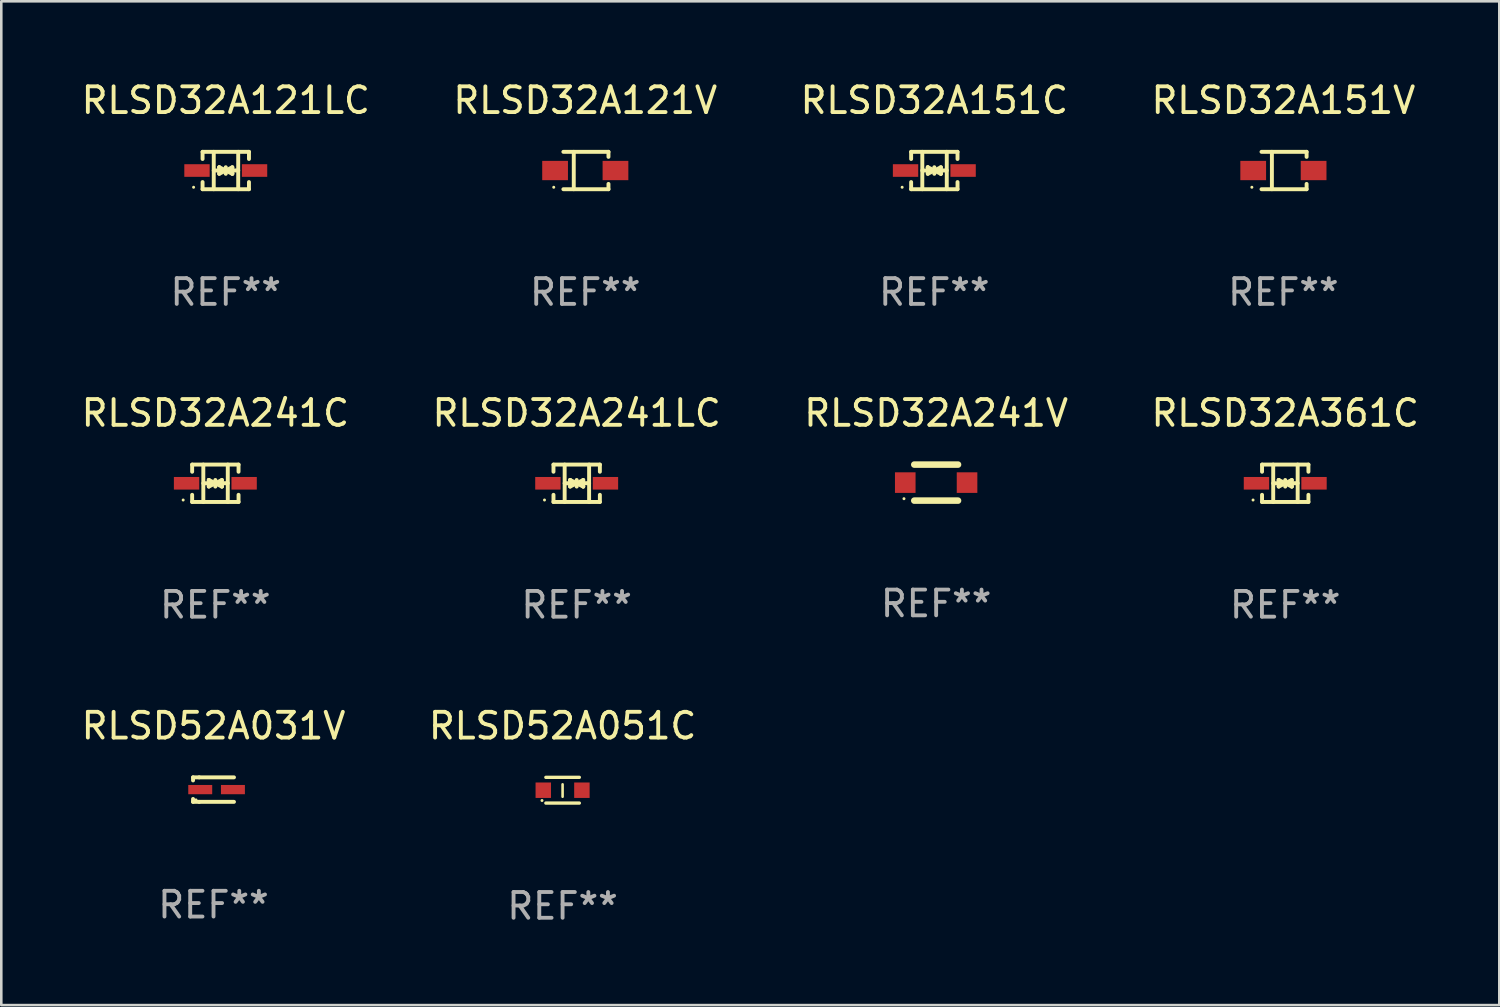
<source format=kicad_pcb>
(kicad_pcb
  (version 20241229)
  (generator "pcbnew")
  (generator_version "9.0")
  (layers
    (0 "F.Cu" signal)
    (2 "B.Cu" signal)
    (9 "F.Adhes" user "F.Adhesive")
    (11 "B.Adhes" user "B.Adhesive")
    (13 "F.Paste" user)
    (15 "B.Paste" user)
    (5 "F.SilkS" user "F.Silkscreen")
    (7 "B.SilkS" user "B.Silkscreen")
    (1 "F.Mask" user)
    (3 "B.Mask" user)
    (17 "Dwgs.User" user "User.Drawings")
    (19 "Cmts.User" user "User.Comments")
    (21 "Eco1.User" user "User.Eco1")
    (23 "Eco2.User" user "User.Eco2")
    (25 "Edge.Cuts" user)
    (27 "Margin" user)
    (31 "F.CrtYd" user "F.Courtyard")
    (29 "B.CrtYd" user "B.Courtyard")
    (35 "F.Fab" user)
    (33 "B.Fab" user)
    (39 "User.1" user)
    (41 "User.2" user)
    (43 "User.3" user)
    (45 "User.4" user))
  (footprint "RLSD32A361C"
    (layer "F.Cu")
    (at 46.875 15.723)
    (property "Reference" "RLSD32A361C" (at 0 -2.726 0) (layer "F.SilkS") (effects (font (size 1 1) (thickness 0.15))))
    (attr through_hole)
    (fp_line (start -0.901 -0.726) (end -0.901 -0.448) (stroke (width 0.152) (type solid)) (layer "F.SilkS"))
    (fp_line (start -0.901 0.726) (end -0.901 0.448) (stroke (width 0.152) (type solid)) (layer "F.SilkS"))
    (fp_line (start -0.467 0) (end 0.483 -0.003) (stroke (width 0.154) (type solid)) (layer "F.SilkS"))
    (fp_line (start -0.467 0.726) (end -0.467 -0.726) (stroke (width 0.152) (type solid)) (layer "F.SilkS"))
    (fp_line (start -0.254 -0.127) (end -0.254 -0.127) (stroke (width 0.154) (type solid)) (layer "F.SilkS"))
    (fp_line (start -0.254 -0.127) (end -0.002 -0.003) (stroke (width 0.154) (type solid)) (layer "F.SilkS"))
    (fp_line (start -0.254 0.127) (end -0.254 -0.127) (stroke (width 0.154) (type solid)) (layer "F.SilkS"))
    (fp_line (start -0.127 0) (end 0.003 0) (stroke (width 0.154) (type solid)) (layer "F.SilkS"))
    (fp_line (start -0.003 0) (end -0.254 0.127) (stroke (width 0.154) (type solid)) (layer "F.SilkS"))
    (fp_line (start 0 -0.127) (end 0 0.127) (stroke (width 0.154) (type solid)) (layer "F.SilkS"))
    (fp_line (start 0.003 0) (end 0.254 -0.127) (stroke (width 0.154) (type solid)) (layer "F.SilkS"))
    (fp_line (start 0.127 0) (end -0.003 0) (stroke (width 0.154) (type solid)) (layer "F.SilkS"))
    (fp_line (start 0.254 -0.127) (end 0.254 0.127) (stroke (width 0.154) (type solid)) (layer "F.SilkS"))
    (fp_line (start 0.254 0.127) (end 0.002 0.003) (stroke (width 0.154) (type solid)) (layer "F.SilkS"))
    (fp_line (start 0.254 0.127) (end 0.254 0.127) (stroke (width 0.154) (type solid)) (layer "F.SilkS"))
    (fp_line (start 0.483 0.726) (end 0.483 -0.726) (stroke (width 0.152) (type solid)) (layer "F.SilkS"))
    (fp_line (start 0.901 -0.726) (end -0.901 -0.726) (stroke (width 0.152) (type solid)) (layer "F.SilkS"))
    (fp_line (start 0.901 -0.726) (end 0.901 -0.448) (stroke (width 0.152) (type solid)) (layer "F.SilkS"))
    (fp_line (start 0.901 0.726) (end -0.901 0.726) (stroke (width 0.152) (type solid)) (layer "F.SilkS"))
    (fp_line (start 0.901 0.726) (end 0.901 0.448) (stroke (width 0.152) (type solid)) (layer "F.SilkS"))
    (fp_circle (center -1.25 0.65) (end -1.22 0.65) (stroke (width 0.06) (type solid)) (fill no) (layer "F.SilkS"))
    (fp_text user "REF**" (at 0 4.726 0) (layer "F.Fab") (effects (font (size 1 1) (thickness 0.15))))
    (pad "1" smd rect (at -1.118 0) (size 0.985 0.49) (layers "F.Cu" "F.Mask" "F.Paste"))
    (pad "2" smd rect (at 1.118 0) (size 0.985 0.49) (layers "F.Cu" "F.Mask" "F.Paste")))
  (footprint "RLSD32A121V"
    (layer "F.Cu")
    (at 19.685 3.574)
    (property "Reference" "RLSD32A121V" (at 0 -2.726 0) (layer "F.SilkS") (effects (font (size 1 1) (thickness 0.15))))
    (attr through_hole)
    (fp_line (start -0.851 -0.726) (end 0.901 -0.726) (stroke (width 0.152) (type solid)) (layer "F.SilkS"))
    (fp_line (start -0.851 0.726) (end 0.901 0.726) (stroke (width 0.152) (type solid)) (layer "F.SilkS"))
    (fp_line (start -0.447 -0.726) (end -0.447 0.726) (stroke (width 0.152) (type solid)) (layer "F.SilkS"))
    (fp_line (start 0.901 -0.726) (end 0.901 -0.53) (stroke (width 0.152) (type solid)) (layer "F.SilkS"))
    (fp_line (start 0.901 0.726) (end 0.901 0.52) (stroke (width 0.152) (type solid)) (layer "F.SilkS"))
    (fp_circle (center -1.225 0.65) (end -1.195 0.65) (stroke (width 0.06) (type solid)) (fill no) (layer "F.SilkS"))
    (fp_text user "REF**" (at 0 4.726 0) (layer "F.Fab") (effects (font (size 1 1) (thickness 0.15))))
    (pad "1" smd rect (at -1.173 0) (size 1 0.75) (layers "F.Cu" "F.Mask" "F.Paste"))
    (pad "2" smd rect (at 1.173 0) (size 1 0.75) (layers "F.Cu" "F.Mask" "F.Paste")))
  (footprint "RLSD52A031V"
    (layer "F.Cu")
    (at 5.244 27.622)
    (property "Reference" "RLSD52A031V" (at 0 -2.476 0) (layer "F.SilkS") (effects (font (size 1 1) (thickness 0.15))))
    (attr through_hole)
    (fp_line (start -0.795 -0.476) (end -0.795 -0.356) (stroke (width 0.152) (type solid)) (layer "F.SilkS"))
    (fp_line (start -0.795 0.363) (end -0.795 0.476) (stroke (width 0.152) (type solid)) (layer "F.SilkS"))
    (fp_line (start -0.795 0.476) (end -0.557 0.476) (stroke (width 0.152) (type solid)) (layer "F.SilkS"))
    (fp_line (start -0.557 -0.476) (end -0.795 -0.476) (stroke (width 0.152) (type solid)) (layer "F.SilkS"))
    (fp_line (start -0.557 -0.476) (end 0.795 -0.476) (stroke (width 0.152) (type solid)) (layer "F.SilkS"))
    (fp_line (start -0.557 0.476) (end 0.795 0.476) (stroke (width 0.152) (type solid)) (layer "F.SilkS"))
    (fp_circle (center -0.681 0.4) (end -0.651 0.4) (stroke (width 0.06) (type solid)) (fill no) (layer "F.SilkS"))
    (fp_text user "REF**" (at 0 4.476 0) (layer "F.Fab") (effects (font (size 1 1) (thickness 0.15))))
    (pad "1" smd rect (at -0.516 0 180) (size 0.93 0.36) (layers "F.Cu" "F.Mask" "F.Paste"))
    (pad "2" smd rect (at 0.754 0 180) (size 0.93 0.36) (layers "F.Cu" "F.Mask" "F.Paste")))
  (footprint "RLSD32A241LC"
    (layer "F.Cu")
    (at 19.351 15.723)
    (property "Reference" "RLSD32A241LC" (at 0 -2.726 0) (layer "F.SilkS") (effects (font (size 1 1) (thickness 0.15))))
    (attr through_hole)
    (fp_line (start -0.901 -0.726) (end -0.901 -0.448) (stroke (width 0.152) (type solid)) (layer "F.SilkS"))
    (fp_line (start -0.901 0.726) (end -0.901 0.448) (stroke (width 0.152) (type solid)) (layer "F.SilkS"))
    (fp_line (start -0.467 0) (end 0.483 -0.003) (stroke (width 0.154) (type solid)) (layer "F.SilkS"))
    (fp_line (start -0.467 0.726) (end -0.467 -0.726) (stroke (width 0.152) (type solid)) (layer "F.SilkS"))
    (fp_line (start -0.254 -0.127) (end -0.254 -0.127) (stroke (width 0.154) (type solid)) (layer "F.SilkS"))
    (fp_line (start -0.254 -0.127) (end -0.002 -0.003) (stroke (width 0.154) (type solid)) (layer "F.SilkS"))
    (fp_line (start -0.254 0.127) (end -0.254 -0.127) (stroke (width 0.154) (type solid)) (layer "F.SilkS"))
    (fp_line (start -0.127 0) (end 0.003 0) (stroke (width 0.154) (type solid)) (layer "F.SilkS"))
    (fp_line (start -0.003 0) (end -0.254 0.127) (stroke (width 0.154) (type solid)) (layer "F.SilkS"))
    (fp_line (start 0 -0.127) (end 0 0.127) (stroke (width 0.154) (type solid)) (layer "F.SilkS"))
    (fp_line (start 0.003 0) (end 0.254 -0.127) (stroke (width 0.154) (type solid)) (layer "F.SilkS"))
    (fp_line (start 0.127 0) (end -0.003 0) (stroke (width 0.154) (type solid)) (layer "F.SilkS"))
    (fp_line (start 0.254 -0.127) (end 0.254 0.127) (stroke (width 0.154) (type solid)) (layer "F.SilkS"))
    (fp_line (start 0.254 0.127) (end 0.002 0.003) (stroke (width 0.154) (type solid)) (layer "F.SilkS"))
    (fp_line (start 0.254 0.127) (end 0.254 0.127) (stroke (width 0.154) (type solid)) (layer "F.SilkS"))
    (fp_line (start 0.483 0.726) (end 0.483 -0.726) (stroke (width 0.152) (type solid)) (layer "F.SilkS"))
    (fp_line (start 0.901 -0.726) (end -0.901 -0.726) (stroke (width 0.152) (type solid)) (layer "F.SilkS"))
    (fp_line (start 0.901 -0.726) (end 0.901 -0.448) (stroke (width 0.152) (type solid)) (layer "F.SilkS"))
    (fp_line (start 0.901 0.726) (end -0.901 0.726) (stroke (width 0.152) (type solid)) (layer "F.SilkS"))
    (fp_line (start 0.901 0.726) (end 0.901 0.448) (stroke (width 0.152) (type solid)) (layer "F.SilkS"))
    (fp_circle (center -1.25 0.65) (end -1.22 0.65) (stroke (width 0.06) (type solid)) (fill no) (layer "F.SilkS"))
    (fp_text user "REF**" (at 0 4.726 0) (layer "F.Fab") (effects (font (size 1 1) (thickness 0.15))))
    (pad "1" smd rect (at -1.118 0) (size 0.985 0.49) (layers "F.Cu" "F.Mask" "F.Paste"))
    (pad "2" smd rect (at 1.118 0) (size 0.985 0.49) (layers "F.Cu" "F.Mask" "F.Paste")))
  (footprint "RLSD32A121LC"
    (layer "F.Cu")
    (at 5.72 3.574)
    (property "Reference" "RLSD32A121LC" (at 0 -2.726 0) (layer "F.SilkS") (effects (font (size 1 1) (thickness 0.15))))
    (attr through_hole)
    (fp_line (start -0.901 -0.726) (end -0.901 -0.448) (stroke (width 0.152) (type solid)) (layer "F.SilkS"))
    (fp_line (start -0.901 0.726) (end -0.901 0.448) (stroke (width 0.152) (type solid)) (layer "F.SilkS"))
    (fp_line (start -0.467 0) (end 0.483 -0.003) (stroke (width 0.154) (type solid)) (layer "F.SilkS"))
    (fp_line (start -0.467 0.726) (end -0.467 -0.726) (stroke (width 0.152) (type solid)) (layer "F.SilkS"))
    (fp_line (start -0.254 -0.127) (end -0.254 -0.127) (stroke (width 0.154) (type solid)) (layer "F.SilkS"))
    (fp_line (start -0.254 -0.127) (end -0.002 -0.003) (stroke (width 0.154) (type solid)) (layer "F.SilkS"))
    (fp_line (start -0.254 0.127) (end -0.254 -0.127) (stroke (width 0.154) (type solid)) (layer "F.SilkS"))
    (fp_line (start -0.127 0) (end 0.003 0) (stroke (width 0.154) (type solid)) (layer "F.SilkS"))
    (fp_line (start -0.003 0) (end -0.254 0.127) (stroke (width 0.154) (type solid)) (layer "F.SilkS"))
    (fp_line (start 0 -0.127) (end 0 0.127) (stroke (width 0.154) (type solid)) (layer "F.SilkS"))
    (fp_line (start 0.003 0) (end 0.254 -0.127) (stroke (width 0.154) (type solid)) (layer "F.SilkS"))
    (fp_line (start 0.127 0) (end -0.003 0) (stroke (width 0.154) (type solid)) (layer "F.SilkS"))
    (fp_line (start 0.254 -0.127) (end 0.254 0.127) (stroke (width 0.154) (type solid)) (layer "F.SilkS"))
    (fp_line (start 0.254 0.127) (end 0.002 0.003) (stroke (width 0.154) (type solid)) (layer "F.SilkS"))
    (fp_line (start 0.254 0.127) (end 0.254 0.127) (stroke (width 0.154) (type solid)) (layer "F.SilkS"))
    (fp_line (start 0.483 0.726) (end 0.483 -0.726) (stroke (width 0.152) (type solid)) (layer "F.SilkS"))
    (fp_line (start 0.901 -0.726) (end -0.901 -0.726) (stroke (width 0.152) (type solid)) (layer "F.SilkS"))
    (fp_line (start 0.901 -0.726) (end 0.901 -0.448) (stroke (width 0.152) (type solid)) (layer "F.SilkS"))
    (fp_line (start 0.901 0.726) (end -0.901 0.726) (stroke (width 0.152) (type solid)) (layer "F.SilkS"))
    (fp_line (start 0.901 0.726) (end 0.901 0.448) (stroke (width 0.152) (type solid)) (layer "F.SilkS"))
    (fp_circle (center -1.25 0.65) (end -1.22 0.65) (stroke (width 0.06) (type solid)) (fill no) (layer "F.SilkS"))
    (fp_text user "REF**" (at 0 4.726 0) (layer "F.Fab") (effects (font (size 1 1) (thickness 0.15))))
    (pad "1" smd rect (at -1.118 0) (size 0.985 0.49) (layers "F.Cu" "F.Mask" "F.Paste"))
    (pad "2" smd rect (at 1.118 0) (size 0.985 0.49) (layers "F.Cu" "F.Mask" "F.Paste")))
  (footprint "RLSD32A151C"
    (layer "F.Cu")
    (at 33.244 3.574)
    (property "Reference" "RLSD32A151C" (at 0 -2.726 0) (layer "F.SilkS") (effects (font (size 1 1) (thickness 0.15))))
    (attr through_hole)
    (fp_line (start -0.901 -0.726) (end -0.901 -0.448) (stroke (width 0.152) (type solid)) (layer "F.SilkS"))
    (fp_line (start -0.901 0.726) (end -0.901 0.448) (stroke (width 0.152) (type solid)) (layer "F.SilkS"))
    (fp_line (start -0.467 0) (end 0.483 -0.003) (stroke (width 0.154) (type solid)) (layer "F.SilkS"))
    (fp_line (start -0.467 0.726) (end -0.467 -0.726) (stroke (width 0.152) (type solid)) (layer "F.SilkS"))
    (fp_line (start -0.254 -0.127) (end -0.254 -0.127) (stroke (width 0.154) (type solid)) (layer "F.SilkS"))
    (fp_line (start -0.254 -0.127) (end -0.002 -0.003) (stroke (width 0.154) (type solid)) (layer "F.SilkS"))
    (fp_line (start -0.254 0.127) (end -0.254 -0.127) (stroke (width 0.154) (type solid)) (layer "F.SilkS"))
    (fp_line (start -0.127 0) (end 0.003 0) (stroke (width 0.154) (type solid)) (layer "F.SilkS"))
    (fp_line (start -0.003 0) (end -0.254 0.127) (stroke (width 0.154) (type solid)) (layer "F.SilkS"))
    (fp_line (start 0 -0.127) (end 0 0.127) (stroke (width 0.154) (type solid)) (layer "F.SilkS"))
    (fp_line (start 0.003 0) (end 0.254 -0.127) (stroke (width 0.154) (type solid)) (layer "F.SilkS"))
    (fp_line (start 0.127 0) (end -0.003 0) (stroke (width 0.154) (type solid)) (layer "F.SilkS"))
    (fp_line (start 0.254 -0.127) (end 0.254 0.127) (stroke (width 0.154) (type solid)) (layer "F.SilkS"))
    (fp_line (start 0.254 0.127) (end 0.002 0.003) (stroke (width 0.154) (type solid)) (layer "F.SilkS"))
    (fp_line (start 0.254 0.127) (end 0.254 0.127) (stroke (width 0.154) (type solid)) (layer "F.SilkS"))
    (fp_line (start 0.483 0.726) (end 0.483 -0.726) (stroke (width 0.152) (type solid)) (layer "F.SilkS"))
    (fp_line (start 0.901 -0.726) (end -0.901 -0.726) (stroke (width 0.152) (type solid)) (layer "F.SilkS"))
    (fp_line (start 0.901 -0.726) (end 0.901 -0.448) (stroke (width 0.152) (type solid)) (layer "F.SilkS"))
    (fp_line (start 0.901 0.726) (end -0.901 0.726) (stroke (width 0.152) (type solid)) (layer "F.SilkS"))
    (fp_line (start 0.901 0.726) (end 0.901 0.448) (stroke (width 0.152) (type solid)) (layer "F.SilkS"))
    (fp_circle (center -1.25 0.65) (end -1.22 0.65) (stroke (width 0.06) (type solid)) (fill no) (layer "F.SilkS"))
    (fp_text user "REF**" (at 0 4.726 0) (layer "F.Fab") (effects (font (size 1 1) (thickness 0.15))))
    (pad "1" smd rect (at -1.118 0) (size 0.985 0.49) (layers "F.Cu" "F.Mask" "F.Paste"))
    (pad "2" smd rect (at 1.118 0) (size 0.985 0.49) (layers "F.Cu" "F.Mask" "F.Paste")))
  (footprint "RLSD32A241V"
    (layer "F.Cu")
    (at 33.315 15.697)
    (property "Reference" "RLSD32A241V" (at 0 -2.7 0) (layer "F.SilkS") (effects (font (size 1 1) (thickness 0.15))))
    (attr through_hole)
    (fp_line (start -0.85 -0.7) (end 0.85 -0.7) (stroke (width 0.254) (type solid)) (layer "F.SilkS"))
    (fp_line (start -0.85 0.7) (end 0.85 0.7) (stroke (width 0.254) (type solid)) (layer "F.SilkS"))
    (fp_circle (center -1.25 0.625) (end -1.22 0.625) (stroke (width 0.06) (type solid)) (fill no) (layer "F.SilkS"))
    (fp_text user "REF**" (at 0 4.7 0) (layer "F.Fab") (effects (font (size 1 1) (thickness 0.15))))
    (pad "1" smd rect (at -1.2 0) (size 0.8 0.8) (layers "F.Cu" "F.Mask" "F.Paste"))
    (pad "2" smd rect (at 1.2 0) (size 0.8 0.8) (layers "F.Cu" "F.Mask" "F.Paste")))
  (footprint "RLSD52A051C"
    (layer "F.Cu")
    (at 18.804 27.646)
    (property "Reference" "RLSD52A051C" (at 0 -2.5 0) (layer "F.SilkS") (effects (font (size 1 1) (thickness 0.15))))
    (attr through_hole)
    (fp_line (start -0.65 -0.5) (end 0.65 -0.5) (stroke (width 0.13) (type solid)) (layer "F.SilkS"))
    (fp_line (start -0.65 0.5) (end 0.65 0.5) (stroke (width 0.13) (type solid)) (layer "F.SilkS"))
    (fp_line (start 0 -0.229) (end 0 0.254) (stroke (width 0.1) (type solid)) (layer "F.SilkS"))
    (fp_circle (center -0.8 0.4) (end -0.77 0.4) (stroke (width 0.06) (type solid)) (fill no) (layer "F.SilkS"))
    (fp_text user "REF**" (at 0 4.5 0) (layer "F.Fab") (effects (font (size 1 1) (thickness 0.15))))
    (pad "1" smd rect (at -0.75 0) (size 0.6 0.6) (layers "F.Cu" "F.Mask" "F.Paste"))
    (pad "2" smd rect (at 0.75 0 180) (size 0.6 0.6) (layers "F.Cu" "F.Mask" "F.Paste")))
  (footprint "RLSD32A241C"
    (layer "F.Cu")
    (at 5.315 15.723)
    (property "Reference" "RLSD32A241C" (at 0 -2.726 0) (layer "F.SilkS") (effects (font (size 1 1) (thickness 0.15))))
    (attr through_hole)
    (fp_line (start -0.901 -0.726) (end -0.901 -0.448) (stroke (width 0.152) (type solid)) (layer "F.SilkS"))
    (fp_line (start -0.901 0.726) (end -0.901 0.448) (stroke (width 0.152) (type solid)) (layer "F.SilkS"))
    (fp_line (start -0.467 0) (end 0.483 -0.003) (stroke (width 0.154) (type solid)) (layer "F.SilkS"))
    (fp_line (start -0.467 0.726) (end -0.467 -0.726) (stroke (width 0.152) (type solid)) (layer "F.SilkS"))
    (fp_line (start -0.254 -0.127) (end -0.254 -0.127) (stroke (width 0.154) (type solid)) (layer "F.SilkS"))
    (fp_line (start -0.254 -0.127) (end -0.002 -0.003) (stroke (width 0.154) (type solid)) (layer "F.SilkS"))
    (fp_line (start -0.254 0.127) (end -0.254 -0.127) (stroke (width 0.154) (type solid)) (layer "F.SilkS"))
    (fp_line (start -0.127 0) (end 0.003 0) (stroke (width 0.154) (type solid)) (layer "F.SilkS"))
    (fp_line (start -0.003 0) (end -0.254 0.127) (stroke (width 0.154) (type solid)) (layer "F.SilkS"))
    (fp_line (start 0 -0.127) (end 0 0.127) (stroke (width 0.154) (type solid)) (layer "F.SilkS"))
    (fp_line (start 0.003 0) (end 0.254 -0.127) (stroke (width 0.154) (type solid)) (layer "F.SilkS"))
    (fp_line (start 0.127 0) (end -0.003 0) (stroke (width 0.154) (type solid)) (layer "F.SilkS"))
    (fp_line (start 0.254 -0.127) (end 0.254 0.127) (stroke (width 0.154) (type solid)) (layer "F.SilkS"))
    (fp_line (start 0.254 0.127) (end 0.002 0.003) (stroke (width 0.154) (type solid)) (layer "F.SilkS"))
    (fp_line (start 0.254 0.127) (end 0.254 0.127) (stroke (width 0.154) (type solid)) (layer "F.SilkS"))
    (fp_line (start 0.483 0.726) (end 0.483 -0.726) (stroke (width 0.152) (type solid)) (layer "F.SilkS"))
    (fp_line (start 0.901 -0.726) (end -0.901 -0.726) (stroke (width 0.152) (type solid)) (layer "F.SilkS"))
    (fp_line (start 0.901 -0.726) (end 0.901 -0.448) (stroke (width 0.152) (type solid)) (layer "F.SilkS"))
    (fp_line (start 0.901 0.726) (end -0.901 0.726) (stroke (width 0.152) (type solid)) (layer "F.SilkS"))
    (fp_line (start 0.901 0.726) (end 0.901 0.448) (stroke (width 0.152) (type solid)) (layer "F.SilkS"))
    (fp_circle (center -1.25 0.65) (end -1.22 0.65) (stroke (width 0.06) (type solid)) (fill no) (layer "F.SilkS"))
    (fp_text user "REF**" (at 0 4.726 0) (layer "F.Fab") (effects (font (size 1 1) (thickness 0.15))))
    (pad "1" smd rect (at -1.118 0) (size 0.985 0.49) (layers "F.Cu" "F.Mask" "F.Paste"))
    (pad "2" smd rect (at 1.118 0) (size 0.985 0.49) (layers "F.Cu" "F.Mask" "F.Paste")))
  (footprint "RLSD32A151V"
    (layer "F.Cu")
    (at 46.804 3.574)
    (property "Reference" "RLSD32A151V" (at 0 -2.726 0) (layer "F.SilkS") (effects (font (size 1 1) (thickness 0.15))))
    (attr through_hole)
    (fp_line (start -0.851 -0.726) (end 0.901 -0.726) (stroke (width 0.152) (type solid)) (layer "F.SilkS"))
    (fp_line (start -0.851 0.726) (end 0.901 0.726) (stroke (width 0.152) (type solid)) (layer "F.SilkS"))
    (fp_line (start -0.447 -0.726) (end -0.447 0.726) (stroke (width 0.152) (type solid)) (layer "F.SilkS"))
    (fp_line (start 0.901 -0.726) (end 0.901 -0.53) (stroke (width 0.152) (type solid)) (layer "F.SilkS"))
    (fp_line (start 0.901 0.726) (end 0.901 0.52) (stroke (width 0.152) (type solid)) (layer "F.SilkS"))
    (fp_circle (center -1.225 0.65) (end -1.195 0.65) (stroke (width 0.06) (type solid)) (fill no) (layer "F.SilkS"))
    (fp_text user "REF**" (at 0 4.726 0) (layer "F.Fab") (effects (font (size 1 1) (thickness 0.15))))
    (pad "1" smd rect (at -1.173 0) (size 1 0.75) (layers "F.Cu" "F.Mask" "F.Paste"))
    (pad "2" smd rect (at 1.173 0) (size 1 0.75) (layers "F.Cu" "F.Mask" "F.Paste")))
  (gr_rect
    (start -3 -3)
    (end 55.19 35.994)
    (stroke (width 0.1) (type default))
    (fill no)
    (layer "Edge.Cuts")))
</source>
